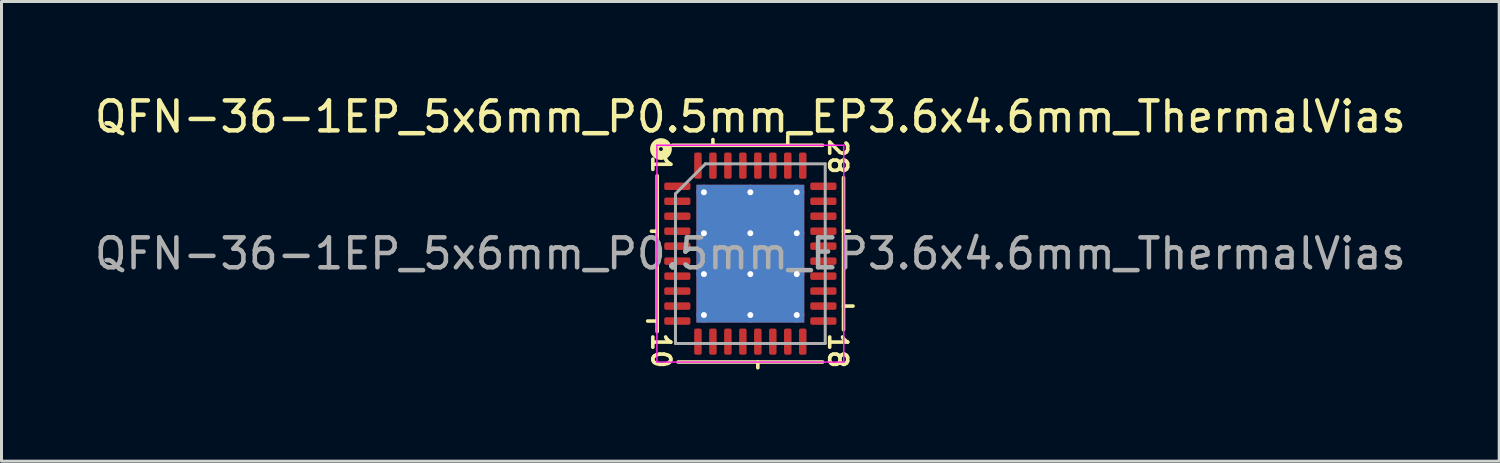
<source format=kicad_pcb>
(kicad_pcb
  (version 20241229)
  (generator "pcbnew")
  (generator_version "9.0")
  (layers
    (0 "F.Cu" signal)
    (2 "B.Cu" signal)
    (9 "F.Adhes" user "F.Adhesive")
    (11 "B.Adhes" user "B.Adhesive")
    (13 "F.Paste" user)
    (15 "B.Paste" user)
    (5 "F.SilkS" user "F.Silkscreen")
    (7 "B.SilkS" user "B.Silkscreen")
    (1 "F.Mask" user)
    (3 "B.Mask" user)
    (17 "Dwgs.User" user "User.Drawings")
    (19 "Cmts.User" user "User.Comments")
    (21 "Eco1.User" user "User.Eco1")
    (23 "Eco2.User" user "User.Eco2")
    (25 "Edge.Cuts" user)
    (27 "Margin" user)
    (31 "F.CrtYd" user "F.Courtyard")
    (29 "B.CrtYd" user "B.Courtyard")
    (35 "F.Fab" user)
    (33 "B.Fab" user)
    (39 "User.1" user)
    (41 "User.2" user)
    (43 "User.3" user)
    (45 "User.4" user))
  (footprint "QFN-36-1EP_5x6mm_P0.5mm_EP3.6x4.6mm_ThermalVias"
    (layer "F.Cu")
    (at 22.006 5.42)
    (property "Reference" "QFN-36-1EP_5x6mm_P0.5mm_EP3.6x4.6mm_ThermalVias" (at 0 -4.572 0) (layer "F.SilkS") (effects (font (size 1 1) (thickness 0.15))))
    (attr smd)
    (fp_line (start -3.111 -2.603) (end -3.111 2.603) (stroke (width 0.12) (type solid)) (layer "F.SilkS"))
    (fp_line (start -3.111 -0.75) (end -3.302 -0.75) (stroke (width 0.12) (type solid)) (layer "F.SilkS"))
    (fp_line (start -3.111 2.25) (end -3.429 2.25) (stroke (width 0.12) (type solid)) (layer "F.SilkS"))
    (fp_line (start -2.413 3.619) (end 2.413 3.619) (stroke (width 0.12) (type solid)) (layer "F.SilkS"))
    (fp_line (start -1.25 -3.619) (end -1.25 -3.81) (stroke (width 0.12) (type solid)) (layer "F.SilkS"))
    (fp_line (start 0.25 3.619) (end 0.25 3.81) (stroke (width 0.12) (type solid)) (layer "F.SilkS"))
    (fp_line (start 1.25 -3.619) (end 1.25 -3.937) (stroke (width 0.12) (type solid)) (layer "F.SilkS"))
    (fp_line (start 2.413 -3.619) (end -2.603 -3.619) (stroke (width 0.12) (type solid)) (layer "F.SilkS"))
    (fp_line (start 3.111 -0.75) (end 3.302 -0.75) (stroke (width 0.12) (type solid)) (layer "F.SilkS"))
    (fp_line (start 3.111 1.75) (end 3.429 1.75) (stroke (width 0.12) (type solid)) (layer "F.SilkS"))
    (fp_line (start 3.111 2.54) (end 3.111 -2.54) (stroke (width 0.12) (type solid)) (layer "F.SilkS"))
    (fp_circle (center -2.985 -3.493) (end -2.921 -3.493) (stroke (width 0.3) (type solid)) (fill no) (layer "F.SilkS"))
    (fp_line (start -3.12 -3.62) (end -3.12 3.62) (stroke (width 0.05) (type solid)) (layer "F.CrtYd"))
    (fp_line (start -3.12 3.62) (end 3.12 3.62) (stroke (width 0.05) (type solid)) (layer "F.CrtYd"))
    (fp_line (start 3.12 -3.62) (end -3.12 -3.62) (stroke (width 0.05) (type solid)) (layer "F.CrtYd"))
    (fp_line (start 3.12 3.62) (end 3.12 -3.62) (stroke (width 0.05) (type solid)) (layer "F.CrtYd"))
    (fp_line (start -2.5 -2) (end -1.5 -3) (stroke (width 0.1) (type solid)) (layer "F.Fab"))
    (fp_line (start -2.5 3) (end -2.5 -2) (stroke (width 0.1) (type solid)) (layer "F.Fab"))
    (fp_line (start -1.5 -3) (end 2.5 -3) (stroke (width 0.1) (type solid)) (layer "F.Fab"))
    (fp_line (start 2.5 -3) (end 2.5 3) (stroke (width 0.1) (type solid)) (layer "F.Fab"))
    (fp_line (start 2.5 3) (end -2.5 3) (stroke (width 0.1) (type solid)) (layer "F.Fab"))
    (fp_text user "18" (at 2.921 3.239 270) (unlocked yes) (layer "F.SilkS") (effects (font (size 0.6 0.6) (thickness 0.12))))
    (fp_text user "1" (at -2.985 -2.985 270) (unlocked yes) (layer "F.SilkS") (effects (font (size 0.6 0.6) (thickness 0.12))))
    (fp_text user "28" (at 2.921 -3.239 270) (unlocked yes) (layer "F.SilkS") (effects (font (size 0.6 0.6) (thickness 0.12))))
    (fp_text user "10" (at -2.985 3.239 270) (unlocked yes) (layer "F.SilkS") (effects (font (size 0.6 0.6) (thickness 0.12))))
    (fp_text user "${REFERENCE}" (at 0 0 0) (layer "F.Fab") (effects (font (size 1 1) (thickness 0.15))))
    (pad "" smd roundrect (at -0.775 -1.367) (size 1.394 1.188) (layers "F.Paste") (roundrect_rratio 0.21))
    (pad "" smd roundrect (at -0.775 0) (size 1.394 1.188) (layers "F.Paste") (roundrect_rratio 0.21))
    (pad "" smd roundrect (at -0.775 1.367) (size 1.394 1.188) (layers "F.Paste") (roundrect_rratio 0.21))
    (pad "" smd roundrect (at 0.775 -1.367) (size 1.394 1.188) (layers "F.Paste") (roundrect_rratio 0.21))
    (pad "" smd roundrect (at 0.775 0) (size 1.394 1.188) (layers "F.Paste") (roundrect_rratio 0.21))
    (pad "" smd roundrect (at 0.775 1.367) (size 1.394 1.188) (layers "F.Paste") (roundrect_rratio 0.21))
    (pad "1" smd roundrect (at -2.438 -2.25) (size 0.875 0.25) (layers "F.Cu" "F.Mask" "F.Paste") (roundrect_rratio 0.25))
    (pad "2" smd roundrect (at -2.438 -1.75) (size 0.875 0.25) (layers "F.Cu" "F.Mask" "F.Paste") (roundrect_rratio 0.25))
    (pad "3" smd roundrect (at -2.438 -1.25) (size 0.875 0.25) (layers "F.Cu" "F.Mask" "F.Paste") (roundrect_rratio 0.25))
    (pad "4" smd roundrect (at -2.438 -0.75) (size 0.875 0.25) (layers "F.Cu" "F.Mask" "F.Paste") (roundrect_rratio 0.25))
    (pad "5" smd roundrect (at -2.438 -0.25) (size 0.875 0.25) (layers "F.Cu" "F.Mask" "F.Paste") (roundrect_rratio 0.25))
    (pad "6" smd roundrect (at -2.438 0.25) (size 0.875 0.25) (layers "F.Cu" "F.Mask" "F.Paste") (roundrect_rratio 0.25))
    (pad "7" smd roundrect (at -2.438 0.75) (size 0.875 0.25) (layers "F.Cu" "F.Mask" "F.Paste") (roundrect_rratio 0.25))
    (pad "8" smd roundrect (at -2.438 1.25) (size 0.875 0.25) (layers "F.Cu" "F.Mask" "F.Paste") (roundrect_rratio 0.25))
    (pad "9" smd roundrect (at -2.438 1.75) (size 0.875 0.25) (layers "F.Cu" "F.Mask" "F.Paste") (roundrect_rratio 0.25))
    (pad "10" smd roundrect (at -2.438 2.25) (size 0.875 0.25) (layers "F.Cu" "F.Mask" "F.Paste") (roundrect_rratio 0.25))
    (pad "11" smd roundrect (at -1.75 2.938) (size 0.25 0.875) (layers "F.Cu" "F.Mask" "F.Paste") (roundrect_rratio 0.25))
    (pad "12" smd roundrect (at -1.25 2.938) (size 0.25 0.875) (layers "F.Cu" "F.Mask" "F.Paste") (roundrect_rratio 0.25))
    (pad "13" smd roundrect (at -0.75 2.938) (size 0.25 0.875) (layers "F.Cu" "F.Mask" "F.Paste") (roundrect_rratio 0.25))
    (pad "14" smd roundrect (at -0.25 2.938) (size 0.25 0.875) (layers "F.Cu" "F.Mask" "F.Paste") (roundrect_rratio 0.25))
    (pad "15" smd roundrect (at 0.25 2.938) (size 0.25 0.875) (layers "F.Cu" "F.Mask" "F.Paste") (roundrect_rratio 0.25))
    (pad "16" smd roundrect (at 0.75 2.938) (size 0.25 0.875) (layers "F.Cu" "F.Mask" "F.Paste") (roundrect_rratio 0.25))
    (pad "17" smd roundrect (at 1.25 2.938) (size 0.25 0.875) (layers "F.Cu" "F.Mask" "F.Paste") (roundrect_rratio 0.25))
    (pad "18" smd roundrect (at 1.75 2.938) (size 0.25 0.875) (layers "F.Cu" "F.Mask" "F.Paste") (roundrect_rratio 0.25))
    (pad "19" smd roundrect (at 2.438 2.25) (size 0.875 0.25) (layers "F.Cu" "F.Mask" "F.Paste") (roundrect_rratio 0.25))
    (pad "20" smd roundrect (at 2.438 1.75) (size 0.875 0.25) (layers "F.Cu" "F.Mask" "F.Paste") (roundrect_rratio 0.25))
    (pad "21" smd roundrect (at 2.438 1.25) (size 0.875 0.25) (layers "F.Cu" "F.Mask" "F.Paste") (roundrect_rratio 0.25))
    (pad "22" smd roundrect (at 2.438 0.75) (size 0.875 0.25) (layers "F.Cu" "F.Mask" "F.Paste") (roundrect_rratio 0.25))
    (pad "23" smd roundrect (at 2.438 0.25) (size 0.875 0.25) (layers "F.Cu" "F.Mask" "F.Paste") (roundrect_rratio 0.25))
    (pad "24" smd roundrect (at 2.438 -0.25) (size 0.875 0.25) (layers "F.Cu" "F.Mask" "F.Paste") (roundrect_rratio 0.25))
    (pad "25" smd roundrect (at 2.438 -0.75) (size 0.875 0.25) (layers "F.Cu" "F.Mask" "F.Paste") (roundrect_rratio 0.25))
    (pad "26" smd roundrect (at 2.438 -1.25) (size 0.875 0.25) (layers "F.Cu" "F.Mask" "F.Paste") (roundrect_rratio 0.25))
    (pad "27" smd roundrect (at 2.438 -1.75) (size 0.875 0.25) (layers "F.Cu" "F.Mask" "F.Paste") (roundrect_rratio 0.25))
    (pad "28" smd roundrect (at 2.438 -2.25) (size 0.875 0.25) (layers "F.Cu" "F.Mask" "F.Paste") (roundrect_rratio 0.25))
    (pad "29" smd roundrect (at 1.75 -2.938) (size 0.25 0.875) (layers "F.Cu" "F.Mask" "F.Paste") (roundrect_rratio 0.25))
    (pad "30" smd roundrect (at 1.25 -2.938) (size 0.25 0.875) (layers "F.Cu" "F.Mask" "F.Paste") (roundrect_rratio 0.25))
    (pad "31" smd roundrect (at 0.75 -2.938) (size 0.25 0.875) (layers "F.Cu" "F.Mask" "F.Paste") (roundrect_rratio 0.25))
    (pad "32" smd roundrect (at 0.25 -2.938) (size 0.25 0.875) (layers "F.Cu" "F.Mask" "F.Paste") (roundrect_rratio 0.25))
    (pad "33" smd roundrect (at -0.25 -2.938) (size 0.25 0.875) (layers "F.Cu" "F.Mask" "F.Paste") (roundrect_rratio 0.25))
    (pad "34" smd roundrect (at -0.75 -2.938) (size 0.25 0.875) (layers "F.Cu" "F.Mask" "F.Paste") (roundrect_rratio 0.25))
    (pad "35" smd roundrect (at -1.25 -2.938) (size 0.25 0.875) (layers "F.Cu" "F.Mask" "F.Paste") (roundrect_rratio 0.25))
    (pad "36" smd roundrect (at -1.75 -2.938) (size 0.25 0.875) (layers "F.Cu" "F.Mask" "F.Paste") (roundrect_rratio 0.25))
    (pad "37" thru_hole circle (at -1.55 -2.05) (size 0.5 0.5) (drill 0.2) (layers "*.Cu"))
    (pad "37" thru_hole circle (at -1.55 -0.683) (size 0.5 0.5) (drill 0.2) (layers "*.Cu"))
    (pad "37" thru_hole circle (at -1.55 0.683) (size 0.5 0.5) (drill 0.2) (layers "*.Cu"))
    (pad "37" thru_hole circle (at -1.55 2.05) (size 0.5 0.5) (drill 0.2) (layers "*.Cu"))
    (pad "37" thru_hole circle (at 0 -2.05) (size 0.5 0.5) (drill 0.2) (layers "*.Cu"))
    (pad "37" thru_hole circle (at 0 -0.683) (size 0.5 0.5) (drill 0.2) (layers "*.Cu"))
    (pad "37" smd rect (at 0 0) (size 3.6 4.6) (layers "F.Cu" "F.Mask"))
    (pad "37" smd rect (at 0 0) (size 3.6 4.6) (layers "B.Cu" "B.Mask"))
    (pad "37" thru_hole circle (at 0 0.683) (size 0.5 0.5) (drill 0.2) (layers "*.Cu"))
    (pad "37" thru_hole circle (at 0 2.05) (size 0.5 0.5) (drill 0.2) (layers "*.Cu"))
    (pad "37" thru_hole circle (at 1.55 -2.05) (size 0.5 0.5) (drill 0.2) (layers "*.Cu"))
    (pad "37" thru_hole circle (at 1.55 -0.683) (size 0.5 0.5) (drill 0.2) (layers "*.Cu"))
    (pad "37" thru_hole circle (at 1.55 0.683) (size 0.5 0.5) (drill 0.2) (layers "*.Cu"))
    (pad "37" thru_hole circle (at 1.55 2.05) (size 0.5 0.5) (drill 0.2) (layers "*.Cu")))
  (gr_rect
    (start -3 -3)
    (end 47.012 12.35)
    (stroke (width 0.1) (type default))
    (fill no)
    (layer "Edge.Cuts")))
</source>
